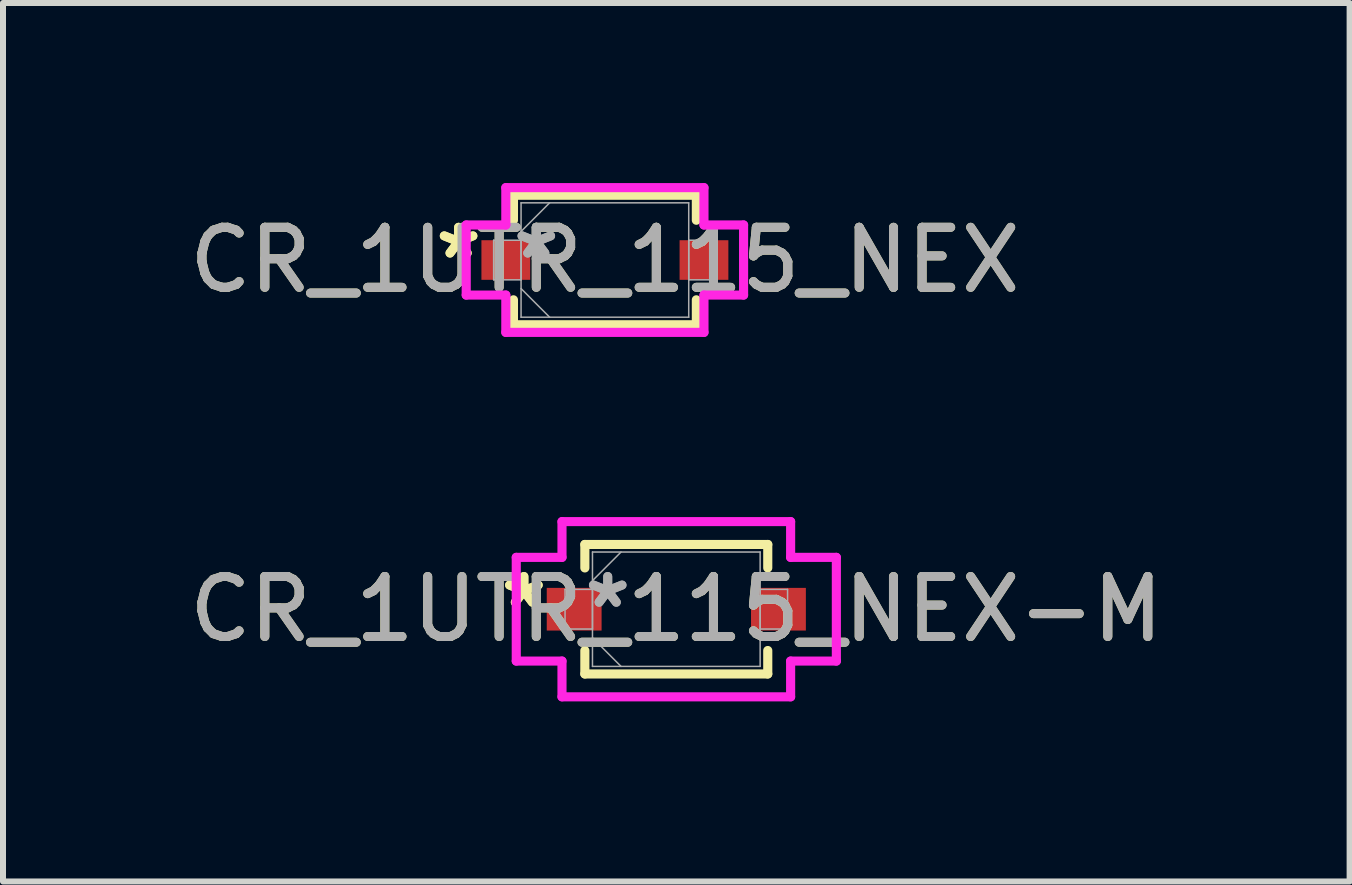
<source format=kicad_pcb>
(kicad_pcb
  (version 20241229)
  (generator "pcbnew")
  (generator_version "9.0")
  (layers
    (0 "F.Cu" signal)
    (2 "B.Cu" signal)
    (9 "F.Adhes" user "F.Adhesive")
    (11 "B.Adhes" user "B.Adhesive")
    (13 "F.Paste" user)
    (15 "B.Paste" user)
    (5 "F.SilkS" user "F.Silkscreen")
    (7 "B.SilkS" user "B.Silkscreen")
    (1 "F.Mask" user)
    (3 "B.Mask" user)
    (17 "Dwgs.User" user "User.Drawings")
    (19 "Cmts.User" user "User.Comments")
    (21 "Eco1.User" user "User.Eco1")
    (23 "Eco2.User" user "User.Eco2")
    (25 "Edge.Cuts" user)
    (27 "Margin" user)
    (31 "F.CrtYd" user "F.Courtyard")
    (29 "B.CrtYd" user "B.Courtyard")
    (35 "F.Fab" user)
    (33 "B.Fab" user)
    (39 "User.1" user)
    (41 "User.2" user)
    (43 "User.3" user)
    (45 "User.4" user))
  (footprint "CR_1UTR_115_NEX"
    (layer "F.Cu")
    (at 7.03 1.283)
    (property "Reference" "CR_1UTR_115_NEX" (at 0 0 0) (unlocked yes) (layer "F.SilkS") (effects (font (size 1 1) (thickness 0.15))))
    (attr smd)
    (fp_line (start -1.524 -1.079) (end -1.524 -0.663) (stroke (width 0.152) (type solid)) (layer "F.SilkS"))
    (fp_line (start -1.524 0.663) (end -1.524 1.079) (stroke (width 0.152) (type solid)) (layer "F.SilkS"))
    (fp_line (start -1.524 1.079) (end 1.524 1.079) (stroke (width 0.152) (type solid)) (layer "F.SilkS"))
    (fp_line (start 1.524 -1.079) (end -1.524 -1.079) (stroke (width 0.152) (type solid)) (layer "F.SilkS"))
    (fp_line (start 1.524 -0.663) (end 1.524 -1.079) (stroke (width 0.152) (type solid)) (layer "F.SilkS"))
    (fp_line (start 1.524 1.079) (end 1.524 0.663) (stroke (width 0.152) (type solid)) (layer "F.SilkS"))
    (fp_line (start -2.311 -0.584) (end -1.651 -0.584) (stroke (width 0.152) (type solid)) (layer "F.CrtYd"))
    (fp_line (start -2.311 0.584) (end -2.311 -0.584) (stroke (width 0.152) (type solid)) (layer "F.CrtYd"))
    (fp_line (start -1.651 -1.206) (end 1.651 -1.206) (stroke (width 0.152) (type solid)) (layer "F.CrtYd"))
    (fp_line (start -1.651 -0.584) (end -1.651 -1.206) (stroke (width 0.152) (type solid)) (layer "F.CrtYd"))
    (fp_line (start -1.651 0.584) (end -2.311 0.584) (stroke (width 0.152) (type solid)) (layer "F.CrtYd"))
    (fp_line (start -1.651 1.206) (end -1.651 0.584) (stroke (width 0.152) (type solid)) (layer "F.CrtYd"))
    (fp_line (start 1.651 -1.206) (end 1.651 -0.584) (stroke (width 0.152) (type solid)) (layer "F.CrtYd"))
    (fp_line (start 1.651 -0.584) (end 2.311 -0.584) (stroke (width 0.152) (type solid)) (layer "F.CrtYd"))
    (fp_line (start 1.651 0.584) (end 1.651 1.206) (stroke (width 0.152) (type solid)) (layer "F.CrtYd"))
    (fp_line (start 1.651 1.206) (end -1.651 1.206) (stroke (width 0.152) (type solid)) (layer "F.CrtYd"))
    (fp_line (start 2.311 -0.584) (end 2.311 0.584) (stroke (width 0.152) (type solid)) (layer "F.CrtYd"))
    (fp_line (start 2.311 0.584) (end 1.651 0.584) (stroke (width 0.152) (type solid)) (layer "F.CrtYd"))
    (fp_line (start -1.854 -0.33) (end -1.854 0.33) (stroke (width 0.025) (type solid)) (layer "F.Fab"))
    (fp_line (start -1.854 0.33) (end -1.397 0.33) (stroke (width 0.025) (type solid)) (layer "F.Fab"))
    (fp_line (start -1.397 -0.953) (end -1.397 0.953) (stroke (width 0.025) (type solid)) (layer "F.Fab"))
    (fp_line (start -1.397 -0.476) (end -0.921 -0.953) (stroke (width 0.025) (type solid)) (layer "F.Fab"))
    (fp_line (start -1.397 -0.33) (end -1.854 -0.33) (stroke (width 0.025) (type solid)) (layer "F.Fab"))
    (fp_line (start -1.397 0.33) (end -1.397 -0.33) (stroke (width 0.025) (type solid)) (layer "F.Fab"))
    (fp_line (start -1.397 0.476) (end -0.921 0.953) (stroke (width 0.025) (type solid)) (layer "F.Fab"))
    (fp_line (start -1.397 0.953) (end 1.397 0.953) (stroke (width 0.025) (type solid)) (layer "F.Fab"))
    (fp_line (start 1.397 -0.953) (end -1.397 -0.953) (stroke (width 0.025) (type solid)) (layer "F.Fab"))
    (fp_line (start 1.397 -0.33) (end 1.397 0.33) (stroke (width 0.025) (type solid)) (layer "F.Fab"))
    (fp_line (start 1.397 0.33) (end 1.854 0.33) (stroke (width 0.025) (type solid)) (layer "F.Fab"))
    (fp_line (start 1.397 0.953) (end 1.397 -0.953) (stroke (width 0.025) (type solid)) (layer "F.Fab"))
    (fp_line (start 1.854 -0.33) (end 1.397 -0.33) (stroke (width 0.025) (type solid)) (layer "F.Fab"))
    (fp_line (start 1.854 0.33) (end 1.854 -0.33) (stroke (width 0.025) (type solid)) (layer "F.Fab"))
    (fp_text user "*" (at -2.438 0 0) (unlocked yes) (layer "F.SilkS") (effects (font (size 1 1) (thickness 0.15))))
    (fp_text user "*" (at -2.438 0 0) (layer "F.SilkS") (effects (font (size 1 1) (thickness 0.15))))
    (fp_text user "*" (at -1.143 0 0) (unlocked yes) (layer "F.Fab") (effects (font (size 1 1) (thickness 0.15))))
    (fp_text user "*" (at -1.143 0 0) (layer "F.Fab") (effects (font (size 1 1) (thickness 0.15))))
    (fp_text user "${REFERENCE}" (at 0 0 0) (unlocked yes) (layer "F.Fab") (effects (font (size 1 1) (thickness 0.15))))
    (pad "1" smd rect (at -1.651 0) (size 0.813 0.66) (layers "F.Cu" "F.Mask" "F.Paste"))
    (pad "2" smd rect (at 1.651 0) (size 0.813 0.66) (layers "F.Cu" "F.Mask" "F.Paste"))
    (zone (net_name "") (layer "F.Cu") (hatch full 0.508) (connect_pads) (min_thickness 0.254) (filled_areas_thickness no) (keepout (tracks not_allowed) (vias not_allowed) (pads allowed) (copperpour not_allowed) (footprints allowed)) (placement (enabled no)) (fill) (polygon (pts (xy 5.836 0.381) (xy 8.224 0.381) (xy 8.224 2.184) (xy 5.836 2.184)))))
  (footprint "CR_1UTR_115_NEX-M"
    (layer "F.Cu")
    (at 8.22 7.102)
    (property "Reference" "CR_1UTR_115_NEX-M" (at 0 0 0) (unlocked yes) (layer "F.SilkS") (effects (font (size 1 1) (thickness 0.15))))
    (attr smd)
    (fp_line (start -1.524 -1.079) (end -1.524 -0.688) (stroke (width 0.152) (type solid)) (layer "F.SilkS"))
    (fp_line (start -1.524 0.688) (end -1.524 1.079) (stroke (width 0.152) (type solid)) (layer "F.SilkS"))
    (fp_line (start -1.524 1.079) (end 1.524 1.079) (stroke (width 0.152) (type solid)) (layer "F.SilkS"))
    (fp_line (start 1.524 -1.079) (end -1.524 -1.079) (stroke (width 0.152) (type solid)) (layer "F.SilkS"))
    (fp_line (start 1.524 -0.688) (end 1.524 -1.079) (stroke (width 0.152) (type solid)) (layer "F.SilkS"))
    (fp_line (start 1.524 1.079) (end 1.524 0.688) (stroke (width 0.152) (type solid)) (layer "F.SilkS"))
    (fp_line (start -2.667 -0.864) (end -1.905 -0.864) (stroke (width 0.152) (type solid)) (layer "F.CrtYd"))
    (fp_line (start -2.667 0.864) (end -2.667 -0.864) (stroke (width 0.152) (type solid)) (layer "F.CrtYd"))
    (fp_line (start -1.905 -1.46) (end 1.905 -1.46) (stroke (width 0.152) (type solid)) (layer "F.CrtYd"))
    (fp_line (start -1.905 -0.864) (end -1.905 -1.46) (stroke (width 0.152) (type solid)) (layer "F.CrtYd"))
    (fp_line (start -1.905 0.864) (end -2.667 0.864) (stroke (width 0.152) (type solid)) (layer "F.CrtYd"))
    (fp_line (start -1.905 1.46) (end -1.905 0.864) (stroke (width 0.152) (type solid)) (layer "F.CrtYd"))
    (fp_line (start 1.905 -1.46) (end 1.905 -0.864) (stroke (width 0.152) (type solid)) (layer "F.CrtYd"))
    (fp_line (start 1.905 -0.864) (end 2.667 -0.864) (stroke (width 0.152) (type solid)) (layer "F.CrtYd"))
    (fp_line (start 1.905 0.864) (end 1.905 1.46) (stroke (width 0.152) (type solid)) (layer "F.CrtYd"))
    (fp_line (start 1.905 1.46) (end -1.905 1.46) (stroke (width 0.152) (type solid)) (layer "F.CrtYd"))
    (fp_line (start 2.667 -0.864) (end 2.667 0.864) (stroke (width 0.152) (type solid)) (layer "F.CrtYd"))
    (fp_line (start 2.667 0.864) (end 1.905 0.864) (stroke (width 0.152) (type solid)) (layer "F.CrtYd"))
    (fp_line (start -1.854 -0.33) (end -1.854 0.33) (stroke (width 0.025) (type solid)) (layer "F.Fab"))
    (fp_line (start -1.854 0.33) (end -1.397 0.33) (stroke (width 0.025) (type solid)) (layer "F.Fab"))
    (fp_line (start -1.397 -0.953) (end -1.397 0.953) (stroke (width 0.025) (type solid)) (layer "F.Fab"))
    (fp_line (start -1.397 -0.476) (end -0.921 -0.953) (stroke (width 0.025) (type solid)) (layer "F.Fab"))
    (fp_line (start -1.397 -0.33) (end -1.854 -0.33) (stroke (width 0.025) (type solid)) (layer "F.Fab"))
    (fp_line (start -1.397 0.33) (end -1.397 -0.33) (stroke (width 0.025) (type solid)) (layer "F.Fab"))
    (fp_line (start -1.397 0.476) (end -0.921 0.953) (stroke (width 0.025) (type solid)) (layer "F.Fab"))
    (fp_line (start -1.397 0.953) (end 1.397 0.953) (stroke (width 0.025) (type solid)) (layer "F.Fab"))
    (fp_line (start 1.397 -0.953) (end -1.397 -0.953) (stroke (width 0.025) (type solid)) (layer "F.Fab"))
    (fp_line (start 1.397 -0.33) (end 1.397 0.33) (stroke (width 0.025) (type solid)) (layer "F.Fab"))
    (fp_line (start 1.397 0.33) (end 1.854 0.33) (stroke (width 0.025) (type solid)) (layer "F.Fab"))
    (fp_line (start 1.397 0.953) (end 1.397 -0.953) (stroke (width 0.025) (type solid)) (layer "F.Fab"))
    (fp_line (start 1.854 -0.33) (end 1.397 -0.33) (stroke (width 0.025) (type solid)) (layer "F.Fab"))
    (fp_line (start 1.854 0.33) (end 1.854 -0.33) (stroke (width 0.025) (type solid)) (layer "F.Fab"))
    (fp_text user "*" (at -2.54 0 0) (layer "F.SilkS") (effects (font (size 1 1) (thickness 0.15))))
    (fp_text user "*" (at -2.54 0 0) (unlocked yes) (layer "F.SilkS") (effects (font (size 1 1) (thickness 0.15))))
    (fp_text user "*" (at -1.143 0 0) (layer "F.Fab") (effects (font (size 1 1) (thickness 0.15))))
    (fp_text user "${REFERENCE}" (at 0 0 0) (unlocked yes) (layer "F.Fab") (effects (font (size 1 1) (thickness 0.15))))
    (fp_text user "*" (at -1.143 0 0) (unlocked yes) (layer "F.Fab") (effects (font (size 1 1) (thickness 0.15))))
    (pad "1" smd rect (at -1.702 0) (size 0.914 0.711) (layers "F.Cu" "F.Mask" "F.Paste"))
    (pad "2" smd rect (at 1.702 0) (size 0.914 0.711) (layers "F.Cu" "F.Mask" "F.Paste"))
    (zone (net_name "") (layer "F.Cu") (hatch full 0.508) (connect_pads) (min_thickness 0.254) (filled_areas_thickness no) (keepout (tracks not_allowed) (vias not_allowed) (pads allowed) (copperpour not_allowed) (footprints allowed)) (placement (enabled no)) (fill) (polygon (pts (xy 7.026 6.2) (xy 9.414 6.2) (xy 9.414 8.004) (xy 7.026 8.004)))))
  (gr_rect
    (start -3 -3)
    (end 19.44 11.639)
    (stroke (width 0.1) (type default))
    (fill no)
    (layer "Edge.Cuts")))
</source>
